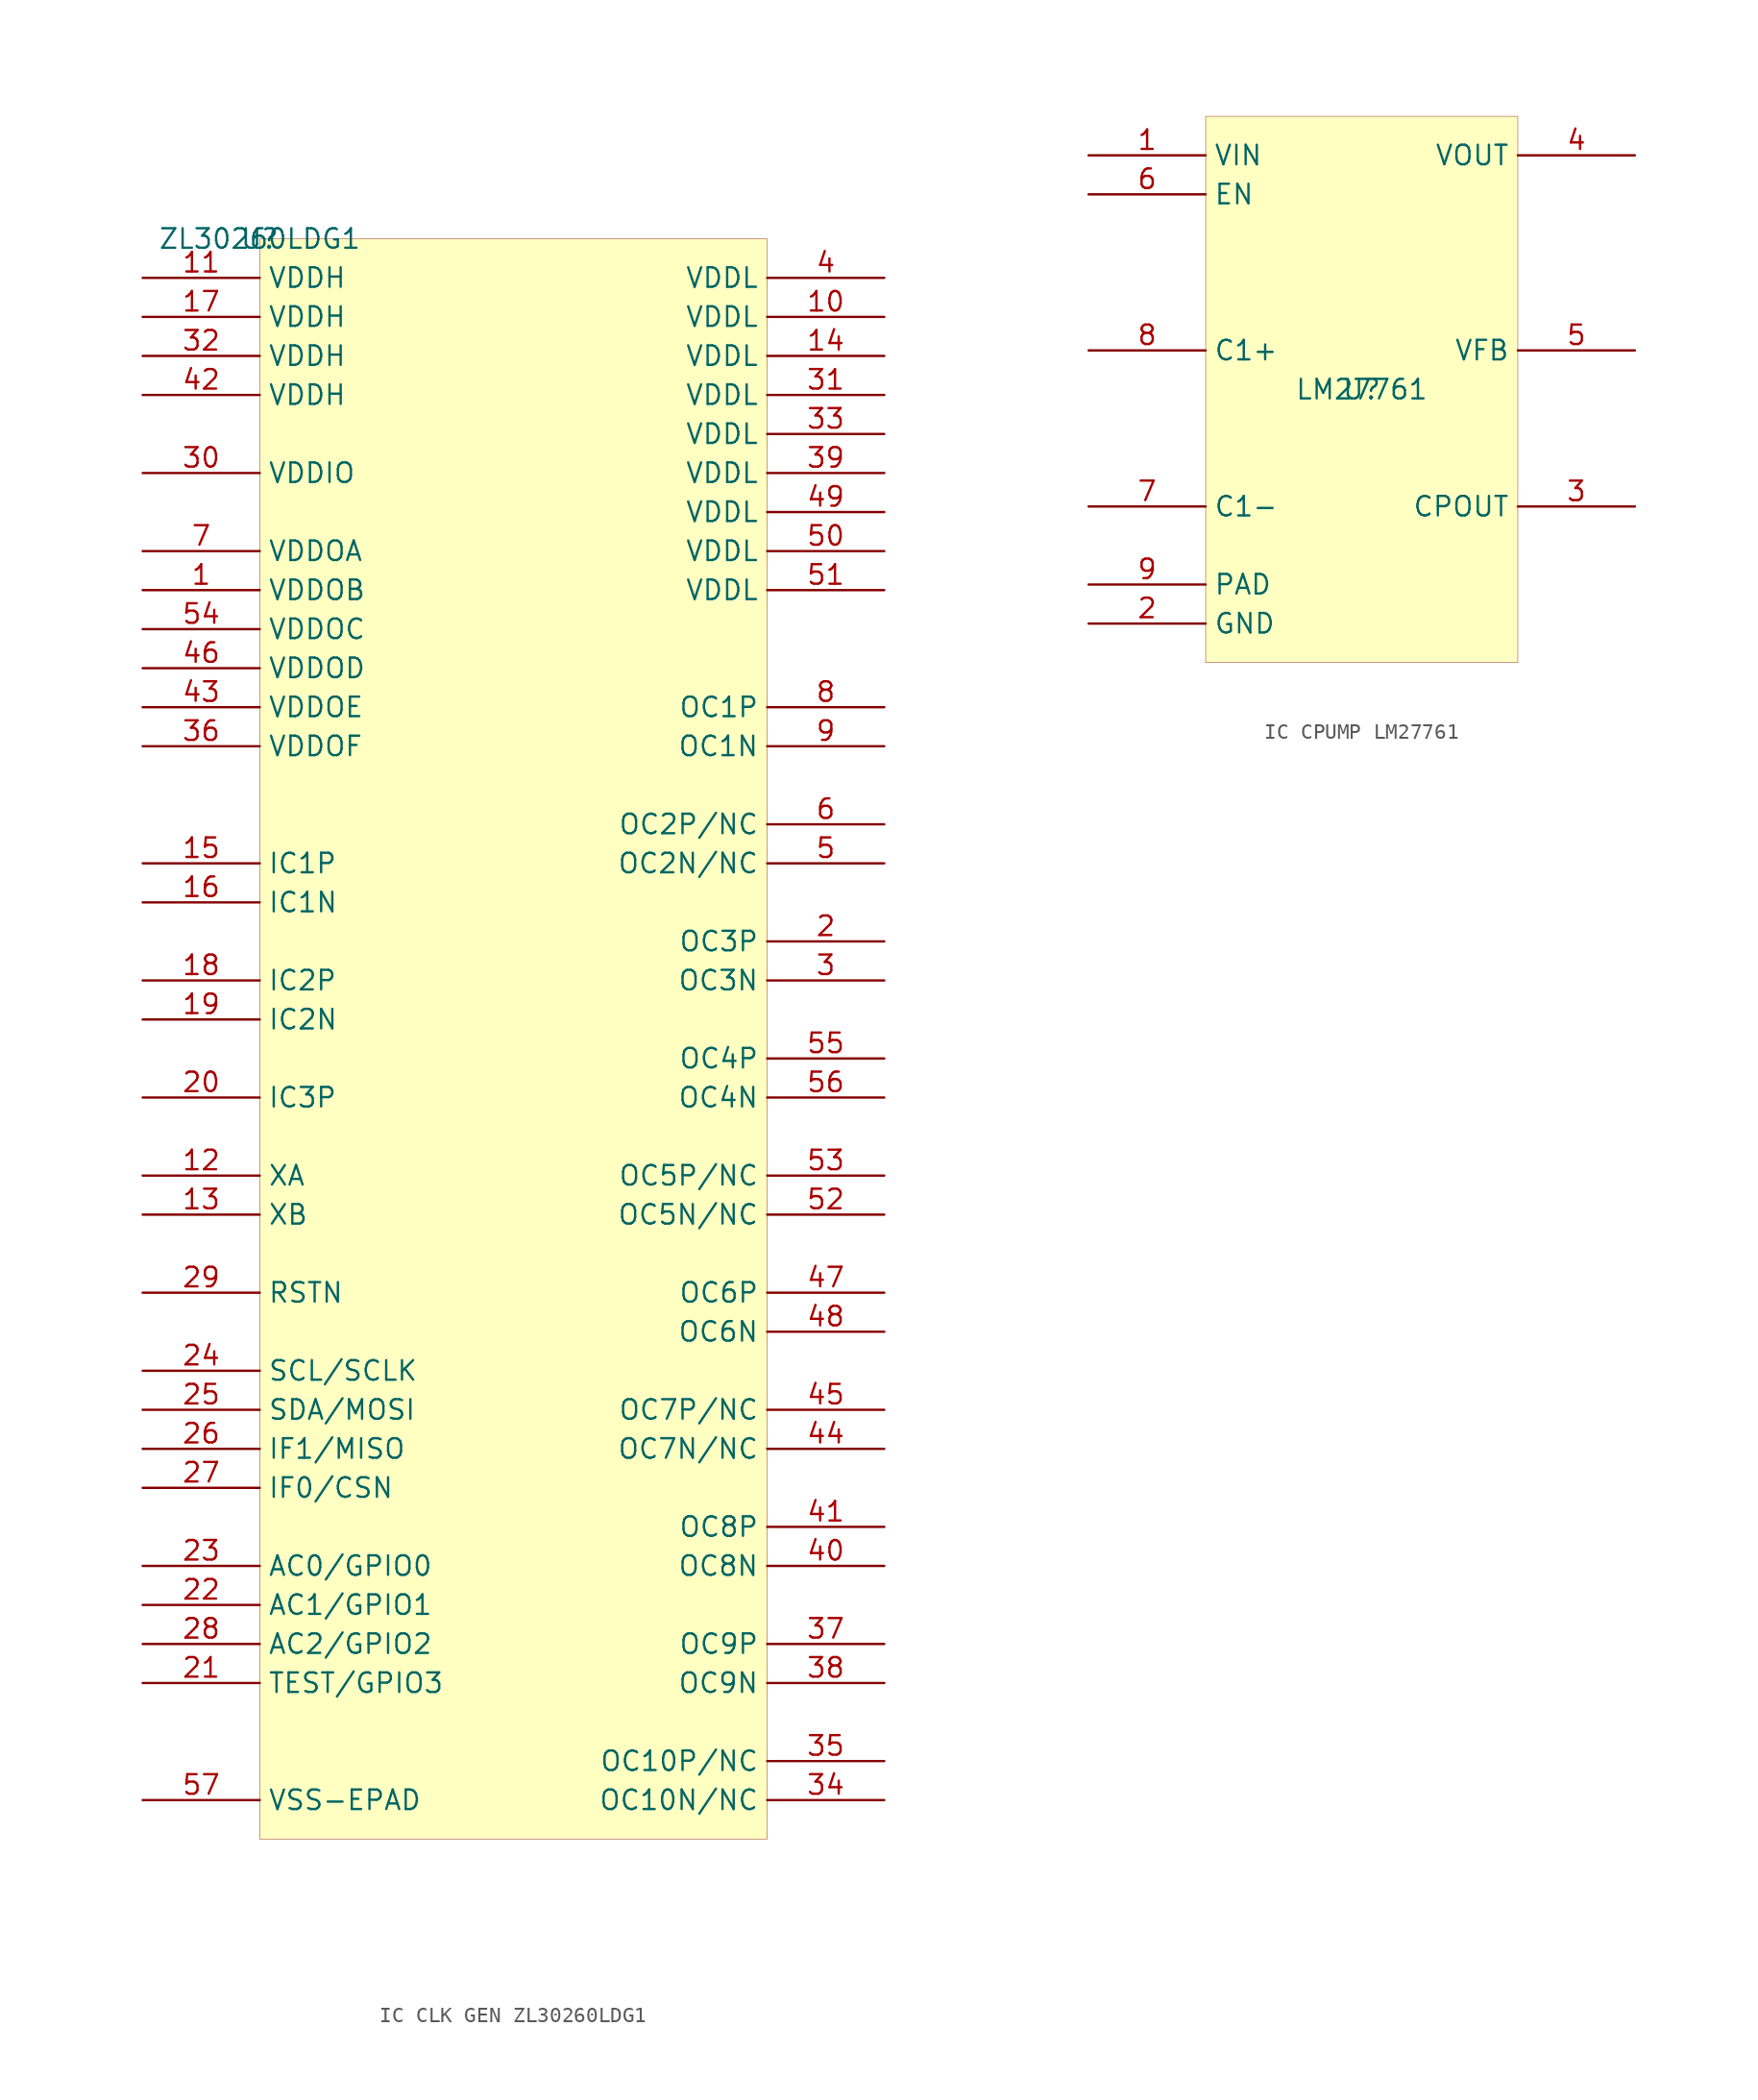
<source format=kicad_sym>
(kicad_symbol_lib
  (version 20241209)
  (generator "kicad_symbol_editor")
  (generator_version "9.0")
  (symbol "IC CLK GEN ZL30260LDG1"
    (property "Reference" "U"
      (at 0 0 0)
      (effects (font (size 1.27 1.27))))
    (property "Value" "ZL30260LDG1"
      (at 0 0 0)
      (effects (font (size 1.27 1.27))))
    (symbol "IC CLK GEN ZL30260LDG1_1_0"
      (rectangle (start 33.02 0) (end 0 -104.14) (stroke (width 0.025) (type solid) (color 128 0 0 1)) (fill (type background)))
      (pin power_in line (at -7.62 -2.54 0) (length 7.62) (name "VDDH" (effects (font (size 1.27 1.27)))) (number "11" (effects (font (size 1.27 1.27)))))
      (pin power_in line (at -7.62 -5.08 0) (length 7.62) (name "VDDH" (effects (font (size 1.27 1.27)))) (number "17" (effects (font (size 1.27 1.27)))))
      (pin power_in line (at -7.62 -7.62 0) (length 7.62) (name "VDDH" (effects (font (size 1.27 1.27)))) (number "32" (effects (font (size 1.27 1.27)))))
      (pin power_in line (at -7.62 -10.16 0) (length 7.62) (name "VDDH" (effects (font (size 1.27 1.27)))) (number "42" (effects (font (size 1.27 1.27)))))
      (pin power_in line (at -7.62 -15.24 0) (length 7.62) (name "VDDIO" (effects (font (size 1.27 1.27)))) (number "30" (effects (font (size 1.27 1.27)))))
      (pin power_in line (at -7.62 -20.32 0) (length 7.62) (name "VDDOA" (effects (font (size 1.27 1.27)))) (number "7" (effects (font (size 1.27 1.27)))))
      (pin power_in line (at -7.62 -22.86 0) (length 7.62) (name "VDDOB" (effects (font (size 1.27 1.27)))) (number "1" (effects (font (size 1.27 1.27)))))
      (pin power_in line (at -7.62 -25.4 0) (length 7.62) (name "VDDOC" (effects (font (size 1.27 1.27)))) (number "54" (effects (font (size 1.27 1.27)))))
      (pin power_in line (at -7.62 -27.94 0) (length 7.62) (name "VDDOD" (effects (font (size 1.27 1.27)))) (number "46" (effects (font (size 1.27 1.27)))))
      (pin power_in line (at -7.62 -30.48 0) (length 7.62) (name "VDDOE" (effects (font (size 1.27 1.27)))) (number "43" (effects (font (size 1.27 1.27)))))
      (pin power_in line (at -7.62 -33.02 0) (length 7.62) (name "VDDOF" (effects (font (size 1.27 1.27)))) (number "36" (effects (font (size 1.27 1.27)))))
      (pin input line (at -7.62 -40.64 0) (length 7.62) (name "IC1P" (effects (font (size 1.27 1.27)))) (number "15" (effects (font (size 1.27 1.27)))))
      (pin input line (at -7.62 -43.18 0) (length 7.62) (name "IC1N" (effects (font (size 1.27 1.27)))) (number "16" (effects (font (size 1.27 1.27)))))
      (pin input line (at -7.62 -48.26 0) (length 7.62) (name "IC2P" (effects (font (size 1.27 1.27)))) (number "18" (effects (font (size 1.27 1.27)))))
      (pin input line (at -7.62 -50.8 0) (length 7.62) (name "IC2N" (effects (font (size 1.27 1.27)))) (number "19" (effects (font (size 1.27 1.27)))))
      (pin input line (at -7.62 -55.88 0) (length 7.62) (name "IC3P" (effects (font (size 1.27 1.27)))) (number "20" (effects (font (size 1.27 1.27)))))
      (pin input line (at -7.62 -60.96 0) (length 7.62) (name "XA" (effects (font (size 1.27 1.27)))) (number "12" (effects (font (size 1.27 1.27)))))
      (pin input line (at -7.62 -63.5 0) (length 7.62) (name "XB" (effects (font (size 1.27 1.27)))) (number "13" (effects (font (size 1.27 1.27)))))
      (pin input line (at -7.62 -68.58 0) (length 7.62) (name "RSTN" (effects (font (size 1.27 1.27)))) (number "29" (effects (font (size 1.27 1.27)))))
      (pin bidirectional line (at -7.62 -73.66 0) (length 7.62) (name "SCL/SCLK" (effects (font (size 1.27 1.27)))) (number "24" (effects (font (size 1.27 1.27)))))
      (pin bidirectional line (at -7.62 -76.2 0) (length 7.62) (name "SDA/MOSI" (effects (font (size 1.27 1.27)))) (number "25" (effects (font (size 1.27 1.27)))))
      (pin bidirectional line (at -7.62 -78.74 0) (length 7.62) (name "IF1/MISO" (effects (font (size 1.27 1.27)))) (number "26" (effects (font (size 1.27 1.27)))))
      (pin bidirectional line (at -7.62 -81.28 0) (length 7.62) (name "IF0/CSN" (effects (font (size 1.27 1.27)))) (number "27" (effects (font (size 1.27 1.27)))))
      (pin bidirectional line (at -7.62 -86.36 0) (length 7.62) (name "AC0/GPIO0" (effects (font (size 1.27 1.27)))) (number "23" (effects (font (size 1.27 1.27)))))
      (pin bidirectional line (at -7.62 -88.9 0) (length 7.62) (name "AC1/GPIO1" (effects (font (size 1.27 1.27)))) (number "22" (effects (font (size 1.27 1.27)))))
      (pin bidirectional line (at -7.62 -91.44 0) (length 7.62) (name "AC2/GPIO2" (effects (font (size 1.27 1.27)))) (number "28" (effects (font (size 1.27 1.27)))))
      (pin bidirectional line (at -7.62 -93.98 0) (length 7.62) (name "TEST/GPIO3" (effects (font (size 1.27 1.27)))) (number "21" (effects (font (size 1.27 1.27)))))
      (pin power_in line (at -7.62 -101.6 0) (length 7.62) (name "VSS-EPAD" (effects (font (size 1.27 1.27)))) (number "57" (effects (font (size 1.27 1.27)))))
      (pin power_in line (at 40.64 -2.54 180) (length 7.62) (name "VDDL" (effects (font (size 1.27 1.27)))) (number "4" (effects (font (size 1.27 1.27)))))
      (pin power_in line (at 40.64 -5.08 180) (length 7.62) (name "VDDL" (effects (font (size 1.27 1.27)))) (number "10" (effects (font (size 1.27 1.27)))))
      (pin power_in line (at 40.64 -7.62 180) (length 7.62) (name "VDDL" (effects (font (size 1.27 1.27)))) (number "14" (effects (font (size 1.27 1.27)))))
      (pin power_in line (at 40.64 -10.16 180) (length 7.62) (name "VDDL" (effects (font (size 1.27 1.27)))) (number "31" (effects (font (size 1.27 1.27)))))
      (pin power_in line (at 40.64 -12.7 180) (length 7.62) (name "VDDL" (effects (font (size 1.27 1.27)))) (number "33" (effects (font (size 1.27 1.27)))))
      (pin power_in line (at 40.64 -15.24 180) (length 7.62) (name "VDDL" (effects (font (size 1.27 1.27)))) (number "39" (effects (font (size 1.27 1.27)))))
      (pin power_in line (at 40.64 -17.78 180) (length 7.62) (name "VDDL" (effects (font (size 1.27 1.27)))) (number "49" (effects (font (size 1.27 1.27)))))
      (pin power_in line (at 40.64 -20.32 180) (length 7.62) (name "VDDL" (effects (font (size 1.27 1.27)))) (number "50" (effects (font (size 1.27 1.27)))))
      (pin power_in line (at 40.64 -22.86 180) (length 7.62) (name "VDDL" (effects (font (size 1.27 1.27)))) (number "51" (effects (font (size 1.27 1.27)))))
      (pin power_out line (at 40.64 -30.48 180) (length 7.62) (name "OC1P" (effects (font (size 1.27 1.27)))) (number "8" (effects (font (size 1.27 1.27)))))
      (pin power_out line (at 40.64 -33.02 180) (length 7.62) (name "OC1N" (effects (font (size 1.27 1.27)))) (number "9" (effects (font (size 1.27 1.27)))))
      (pin power_out line (at 40.64 -38.1 180) (length 7.62) (name "OC2P/NC" (effects (font (size 1.27 1.27)))) (number "6" (effects (font (size 1.27 1.27)))))
      (pin power_out line (at 40.64 -40.64 180) (length 7.62) (name "OC2N/NC" (effects (font (size 1.27 1.27)))) (number "5" (effects (font (size 1.27 1.27)))))
      (pin power_out line (at 40.64 -45.72 180) (length 7.62) (name "OC3P" (effects (font (size 1.27 1.27)))) (number "2" (effects (font (size 1.27 1.27)))))
      (pin power_out line (at 40.64 -48.26 180) (length 7.62) (name "OC3N" (effects (font (size 1.27 1.27)))) (number "3" (effects (font (size 1.27 1.27)))))
      (pin power_out line (at 40.64 -53.34 180) (length 7.62) (name "OC4P" (effects (font (size 1.27 1.27)))) (number "55" (effects (font (size 1.27 1.27)))))
      (pin power_out line (at 40.64 -55.88 180) (length 7.62) (name "OC4N" (effects (font (size 1.27 1.27)))) (number "56" (effects (font (size 1.27 1.27)))))
      (pin power_out line (at 40.64 -60.96 180) (length 7.62) (name "OC5P/NC" (effects (font (size 1.27 1.27)))) (number "53" (effects (font (size 1.27 1.27)))))
      (pin power_out line (at 40.64 -63.5 180) (length 7.62) (name "OC5N/NC" (effects (font (size 1.27 1.27)))) (number "52" (effects (font (size 1.27 1.27)))))
      (pin power_out line (at 40.64 -68.58 180) (length 7.62) (name "OC6P" (effects (font (size 1.27 1.27)))) (number "47" (effects (font (size 1.27 1.27)))))
      (pin power_out line (at 40.64 -71.12 180) (length 7.62) (name "OC6N" (effects (font (size 1.27 1.27)))) (number "48" (effects (font (size 1.27 1.27)))))
      (pin power_out line (at 40.64 -76.2 180) (length 7.62) (name "OC7P/NC" (effects (font (size 1.27 1.27)))) (number "45" (effects (font (size 1.27 1.27)))))
      (pin power_out line (at 40.64 -78.74 180) (length 7.62) (name "OC7N/NC" (effects (font (size 1.27 1.27)))) (number "44" (effects (font (size 1.27 1.27)))))
      (pin power_out line (at 40.64 -83.82 180) (length 7.62) (name "OC8P" (effects (font (size 1.27 1.27)))) (number "41" (effects (font (size 1.27 1.27)))))
      (pin power_out line (at 40.64 -86.36 180) (length 7.62) (name "OC8N" (effects (font (size 1.27 1.27)))) (number "40" (effects (font (size 1.27 1.27)))))
      (pin power_out line (at 40.64 -91.44 180) (length 7.62) (name "OC9P" (effects (font (size 1.27 1.27)))) (number "37" (effects (font (size 1.27 1.27)))))
      (pin power_out line (at 40.64 -93.98 180) (length 7.62) (name "OC9N" (effects (font (size 1.27 1.27)))) (number "38" (effects (font (size 1.27 1.27)))))
      (pin power_out line (at 40.64 -99.06 180) (length 7.62) (name "OC10P/NC" (effects (font (size 1.27 1.27)))) (number "35" (effects (font (size 1.27 1.27)))))
      (pin power_out line (at 40.64 -101.6 180) (length 7.62) (name "OC10N/NC" (effects (font (size 1.27 1.27)))) (number "34" (effects (font (size 1.27 1.27)))))))
  (symbol "IC CPUMP LM27761"
    (property "Reference" "U"
      (at 0 0 0)
      (effects (font (size 1.27 1.27))))
    (property "Value" "LM27761"
      (at 0 0 0)
      (effects (font (size 1.27 1.27))))
    (symbol "IC CPUMP LM27761_1_0"
      (rectangle (start 10.16 17.78) (end -10.16 -17.78) (stroke (width 0.025) (type solid) (color 128 0 0 1)) (fill (type background)))
      (pin power_in line (at -17.78 15.24 0) (length 7.62) (name "VIN" (effects (font (size 1.27 1.27)))) (number "1" (effects (font (size 1.27 1.27)))))
      (pin input line (at -17.78 12.7 0) (length 7.62) (name "EN" (effects (font (size 1.27 1.27)))) (number "6" (effects (font (size 1.27 1.27)))))
      (pin passive line (at -17.78 2.54 0) (length 7.62) (name "C1+" (effects (font (size 1.27 1.27)))) (number "8" (effects (font (size 1.27 1.27)))))
      (pin passive line (at -17.78 -7.62 0) (length 7.62) (name "C1-" (effects (font (size 1.27 1.27)))) (number "7" (effects (font (size 1.27 1.27)))))
      (pin power_in line (at -17.78 -12.7 0) (length 7.62) (name "PAD" (effects (font (size 1.27 1.27)))) (number "9" (effects (font (size 1.27 1.27)))))
      (pin power_in line (at -17.78 -15.24 0) (length 7.62) (name "GND" (effects (font (size 1.27 1.27)))) (number "2" (effects (font (size 1.27 1.27)))))
      (pin power_out line (at 17.78 15.24 180) (length 7.62) (name "VOUT" (effects (font (size 1.27 1.27)))) (number "4" (effects (font (size 1.27 1.27)))))
      (pin passive line (at 17.78 2.54 180) (length 7.62) (name "VFB" (effects (font (size 1.27 1.27)))) (number "5" (effects (font (size 1.27 1.27)))))
      (pin power_out line (at 17.78 -7.62 180) (length 7.62) (name "CPOUT" (effects (font (size 1.27 1.27)))) (number "3" (effects (font (size 1.27 1.27))))))))
</source>
